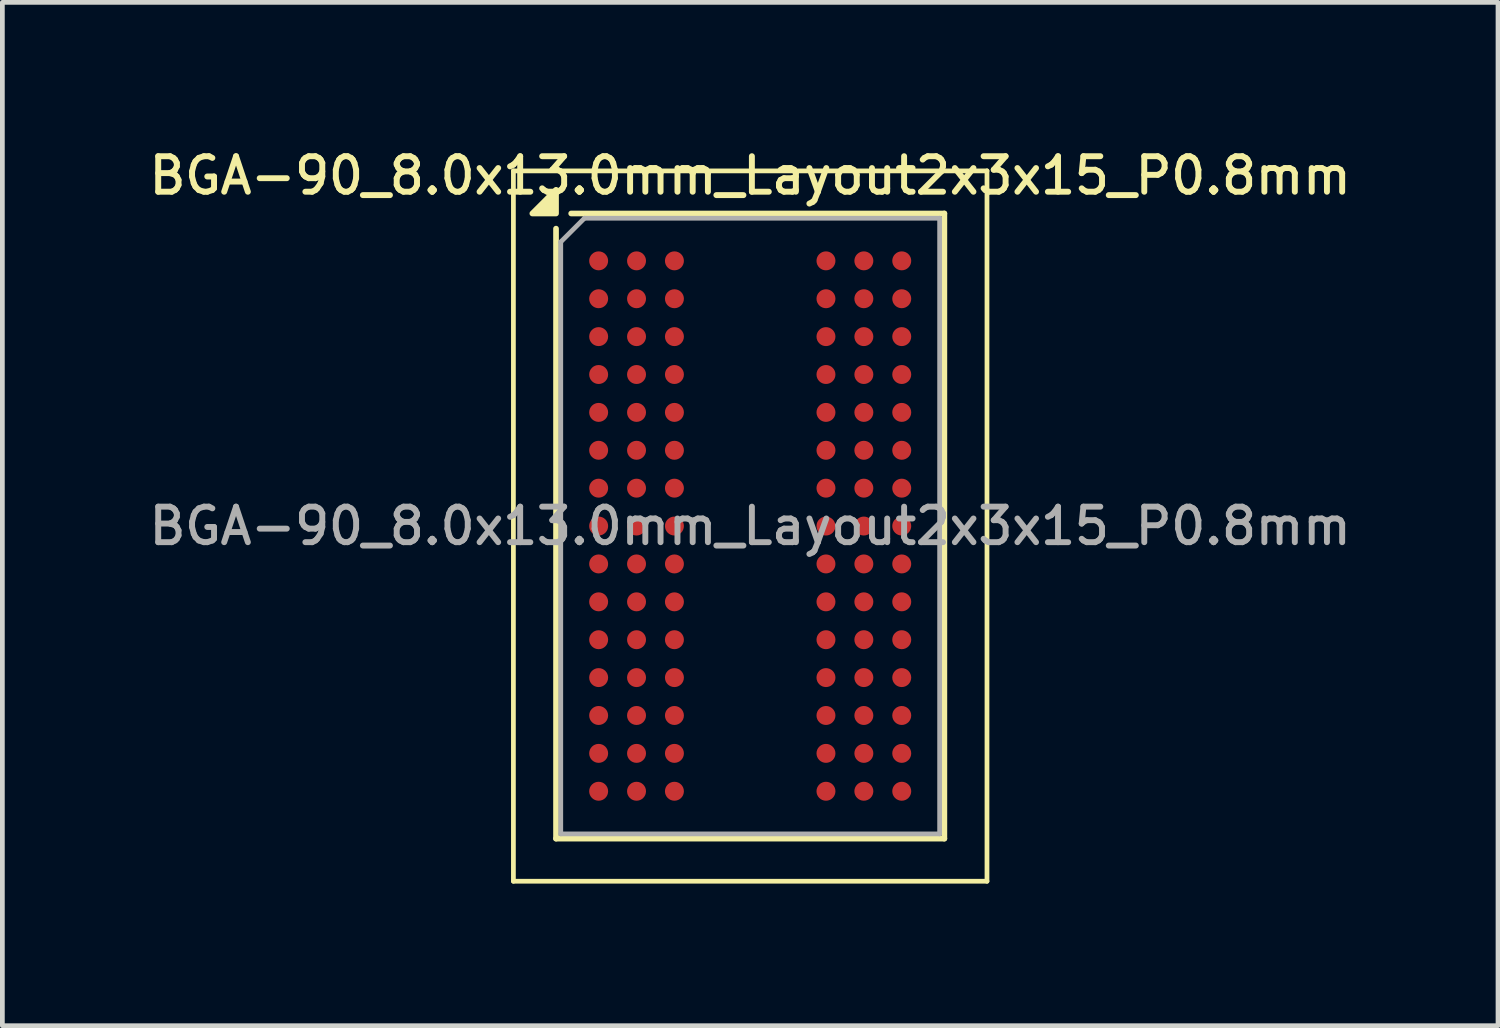
<source format=kicad_pcb>
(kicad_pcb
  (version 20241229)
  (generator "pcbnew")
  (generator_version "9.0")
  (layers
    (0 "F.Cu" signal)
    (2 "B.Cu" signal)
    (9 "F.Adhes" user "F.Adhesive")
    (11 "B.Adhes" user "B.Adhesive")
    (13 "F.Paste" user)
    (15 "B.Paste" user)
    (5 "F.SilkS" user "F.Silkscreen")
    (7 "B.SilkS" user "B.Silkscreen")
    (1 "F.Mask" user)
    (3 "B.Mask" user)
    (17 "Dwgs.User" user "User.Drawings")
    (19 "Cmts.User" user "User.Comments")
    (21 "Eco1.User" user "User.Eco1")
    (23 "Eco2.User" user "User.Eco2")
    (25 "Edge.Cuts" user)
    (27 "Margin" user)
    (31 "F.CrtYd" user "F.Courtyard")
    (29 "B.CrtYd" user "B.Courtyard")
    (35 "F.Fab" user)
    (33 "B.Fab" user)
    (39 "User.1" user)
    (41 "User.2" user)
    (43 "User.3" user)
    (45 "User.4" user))
  (footprint "BGA-90_8.0x13.0mm_Layout2x3x15_P0.8mm"
    (layer "F.Cu")
    (at 12.791 8.058)
    (property "Reference" "BGA-90_8.0x13.0mm_Layout2x3x15_P0.8mm" (at 0 -7.4 0) (layer "F.SilkS") (effects (font (size 0.75 0.75) (thickness 0.125))))
    (attr smd)
    (fp_line (start -5 -7.5) (end -5 7.5) (stroke (width 0.1) (type solid)) (layer "F.SilkS"))
    (fp_line (start -5 -7.5) (end 5 -7.5) (stroke (width 0.1) (type solid)) (layer "F.SilkS"))
    (fp_line (start -4.1 -6.28) (end -4.1 6.6) (stroke (width 0.12) (type solid)) (layer "F.SilkS"))
    (fp_line (start -4.1 6.6) (end 4.1 6.6) (stroke (width 0.12) (type solid)) (layer "F.SilkS"))
    (fp_line (start 4.1 -6.6) (end -3.78 -6.6) (stroke (width 0.12) (type solid)) (layer "F.SilkS"))
    (fp_line (start 4.1 6.6) (end 4.1 -6.6) (stroke (width 0.12) (type solid)) (layer "F.SilkS"))
    (fp_line (start 5 7.5) (end -5 7.5) (stroke (width 0.1) (type solid)) (layer "F.SilkS"))
    (fp_line (start 5 7.5) (end 5 -7.5) (stroke (width 0.1) (type solid)) (layer "F.SilkS"))
    (fp_poly (pts (xy -4.1 -6.6) (xy -4.6 -6.6) (xy -4.1 -7.1) (xy -4.1 -6.6)) (stroke (width 0.12) (type solid)) (fill yes) (layer "F.SilkS"))
    (fp_line (start -4 -6) (end -4 6.5) (stroke (width 0.1) (type solid)) (layer "F.Fab"))
    (fp_line (start -4 6.5) (end 4 6.5) (stroke (width 0.1) (type solid)) (layer "F.Fab"))
    (fp_line (start -3.5 -6.5) (end -4 -6) (stroke (width 0.1) (type solid)) (layer "F.Fab"))
    (fp_line (start 4 -6.5) (end -3.5 -6.5) (stroke (width 0.1) (type solid)) (layer "F.Fab"))
    (fp_line (start 4 6.5) (end 4 -6.5) (stroke (width 0.1) (type solid)) (layer "F.Fab"))
    (fp_text user "${REFERENCE}" (at 0 0 0) (layer "F.Fab") (effects (font (size 0.75 0.75) (thickness 0.125))))
    (pad "A1" smd circle (at -3.2 -5.6) (size 0.4 0.4) (property pad_prop_bga) (layers "F.Cu" "F.Mask" "F.Paste"))
    (pad "A2" smd circle (at -2.4 -5.6) (size 0.4 0.4) (property pad_prop_bga) (layers "F.Cu" "F.Mask" "F.Paste"))
    (pad "A3" smd circle (at -1.6 -5.6) (size 0.4 0.4) (property pad_prop_bga) (layers "F.Cu" "F.Mask" "F.Paste"))
    (pad "A7" smd circle (at 1.6 -5.6) (size 0.4 0.4) (property pad_prop_bga) (layers "F.Cu" "F.Mask" "F.Paste"))
    (pad "A8" smd circle (at 2.4 -5.6) (size 0.4 0.4) (property pad_prop_bga) (layers "F.Cu" "F.Mask" "F.Paste"))
    (pad "A9" smd circle (at 3.2 -5.6) (size 0.4 0.4) (property pad_prop_bga) (layers "F.Cu" "F.Mask" "F.Paste"))
    (pad "B1" smd circle (at -3.2 -4.8) (size 0.4 0.4) (property pad_prop_bga) (layers "F.Cu" "F.Mask" "F.Paste"))
    (pad "B2" smd circle (at -2.4 -4.8) (size 0.4 0.4) (property pad_prop_bga) (layers "F.Cu" "F.Mask" "F.Paste"))
    (pad "B3" smd circle (at -1.6 -4.8) (size 0.4 0.4) (property pad_prop_bga) (layers "F.Cu" "F.Mask" "F.Paste"))
    (pad "B7" smd circle (at 1.6 -4.8) (size 0.4 0.4) (property pad_prop_bga) (layers "F.Cu" "F.Mask" "F.Paste"))
    (pad "B8" smd circle (at 2.4 -4.8) (size 0.4 0.4) (property pad_prop_bga) (layers "F.Cu" "F.Mask" "F.Paste"))
    (pad "B9" smd circle (at 3.2 -4.8) (size 0.4 0.4) (property pad_prop_bga) (layers "F.Cu" "F.Mask" "F.Paste"))
    (pad "C1" smd circle (at -3.2 -4) (size 0.4 0.4) (property pad_prop_bga) (layers "F.Cu" "F.Mask" "F.Paste"))
    (pad "C2" smd circle (at -2.4 -4) (size 0.4 0.4) (property pad_prop_bga) (layers "F.Cu" "F.Mask" "F.Paste"))
    (pad "C3" smd circle (at -1.6 -4) (size 0.4 0.4) (property pad_prop_bga) (layers "F.Cu" "F.Mask" "F.Paste"))
    (pad "C7" smd circle (at 1.6 -4) (size 0.4 0.4) (property pad_prop_bga) (layers "F.Cu" "F.Mask" "F.Paste"))
    (pad "C8" smd circle (at 2.4 -4) (size 0.4 0.4) (property pad_prop_bga) (layers "F.Cu" "F.Mask" "F.Paste"))
    (pad "C9" smd circle (at 3.2 -4) (size 0.4 0.4) (property pad_prop_bga) (layers "F.Cu" "F.Mask" "F.Paste"))
    (pad "D1" smd circle (at -3.2 -3.2) (size 0.4 0.4) (property pad_prop_bga) (layers "F.Cu" "F.Mask" "F.Paste"))
    (pad "D2" smd circle (at -2.4 -3.2) (size 0.4 0.4) (property pad_prop_bga) (layers "F.Cu" "F.Mask" "F.Paste"))
    (pad "D3" smd circle (at -1.6 -3.2) (size 0.4 0.4) (property pad_prop_bga) (layers "F.Cu" "F.Mask" "F.Paste"))
    (pad "D7" smd circle (at 1.6 -3.2) (size 0.4 0.4) (property pad_prop_bga) (layers "F.Cu" "F.Mask" "F.Paste"))
    (pad "D8" smd circle (at 2.4 -3.2) (size 0.4 0.4) (property pad_prop_bga) (layers "F.Cu" "F.Mask" "F.Paste"))
    (pad "D9" smd circle (at 3.2 -3.2) (size 0.4 0.4) (property pad_prop_bga) (layers "F.Cu" "F.Mask" "F.Paste"))
    (pad "E1" smd circle (at -3.2 -2.4) (size 0.4 0.4) (property pad_prop_bga) (layers "F.Cu" "F.Mask" "F.Paste"))
    (pad "E2" smd circle (at -2.4 -2.4) (size 0.4 0.4) (property pad_prop_bga) (layers "F.Cu" "F.Mask" "F.Paste"))
    (pad "E3" smd circle (at -1.6 -2.4) (size 0.4 0.4) (property pad_prop_bga) (layers "F.Cu" "F.Mask" "F.Paste"))
    (pad "E7" smd circle (at 1.6 -2.4) (size 0.4 0.4) (property pad_prop_bga) (layers "F.Cu" "F.Mask" "F.Paste"))
    (pad "E8" smd circle (at 2.4 -2.4) (size 0.4 0.4) (property pad_prop_bga) (layers "F.Cu" "F.Mask" "F.Paste"))
    (pad "E9" smd circle (at 3.2 -2.4) (size 0.4 0.4) (property pad_prop_bga) (layers "F.Cu" "F.Mask" "F.Paste"))
    (pad "F1" smd circle (at -3.2 -1.6) (size 0.4 0.4) (property pad_prop_bga) (layers "F.Cu" "F.Mask" "F.Paste"))
    (pad "F2" smd circle (at -2.4 -1.6) (size 0.4 0.4) (property pad_prop_bga) (layers "F.Cu" "F.Mask" "F.Paste"))
    (pad "F3" smd circle (at -1.6 -1.6) (size 0.4 0.4) (property pad_prop_bga) (layers "F.Cu" "F.Mask" "F.Paste"))
    (pad "F7" smd circle (at 1.6 -1.6) (size 0.4 0.4) (property pad_prop_bga) (layers "F.Cu" "F.Mask" "F.Paste"))
    (pad "F8" smd circle (at 2.4 -1.6) (size 0.4 0.4) (property pad_prop_bga) (layers "F.Cu" "F.Mask" "F.Paste"))
    (pad "F9" smd circle (at 3.2 -1.6) (size 0.4 0.4) (property pad_prop_bga) (layers "F.Cu" "F.Mask" "F.Paste"))
    (pad "G1" smd circle (at -3.2 -0.8) (size 0.4 0.4) (property pad_prop_bga) (layers "F.Cu" "F.Mask" "F.Paste"))
    (pad "G2" smd circle (at -2.4 -0.8) (size 0.4 0.4) (property pad_prop_bga) (layers "F.Cu" "F.Mask" "F.Paste"))
    (pad "G3" smd circle (at -1.6 -0.8) (size 0.4 0.4) (property pad_prop_bga) (layers "F.Cu" "F.Mask" "F.Paste"))
    (pad "G7" smd circle (at 1.6 -0.8) (size 0.4 0.4) (property pad_prop_bga) (layers "F.Cu" "F.Mask" "F.Paste"))
    (pad "G8" smd circle (at 2.4 -0.8) (size 0.4 0.4) (property pad_prop_bga) (layers "F.Cu" "F.Mask" "F.Paste"))
    (pad "G9" smd circle (at 3.2 -0.8) (size 0.4 0.4) (property pad_prop_bga) (layers "F.Cu" "F.Mask" "F.Paste"))
    (pad "H1" smd circle (at -3.2 0) (size 0.4 0.4) (property pad_prop_bga) (layers "F.Cu" "F.Mask" "F.Paste"))
    (pad "H2" smd circle (at -2.4 0) (size 0.4 0.4) (property pad_prop_bga) (layers "F.Cu" "F.Mask" "F.Paste"))
    (pad "H3" smd circle (at -1.6 0) (size 0.4 0.4) (property pad_prop_bga) (layers "F.Cu" "F.Mask" "F.Paste"))
    (pad "H7" smd circle (at 1.6 0) (size 0.4 0.4) (property pad_prop_bga) (layers "F.Cu" "F.Mask" "F.Paste"))
    (pad "H8" smd circle (at 2.4 0) (size 0.4 0.4) (property pad_prop_bga) (layers "F.Cu" "F.Mask" "F.Paste"))
    (pad "H9" smd circle (at 3.2 0) (size 0.4 0.4) (property pad_prop_bga) (layers "F.Cu" "F.Mask" "F.Paste"))
    (pad "J1" smd circle (at -3.2 0.8) (size 0.4 0.4) (property pad_prop_bga) (layers "F.Cu" "F.Mask" "F.Paste"))
    (pad "J2" smd circle (at -2.4 0.8) (size 0.4 0.4) (property pad_prop_bga) (layers "F.Cu" "F.Mask" "F.Paste"))
    (pad "J3" smd circle (at -1.6 0.8) (size 0.4 0.4) (property pad_prop_bga) (layers "F.Cu" "F.Mask" "F.Paste"))
    (pad "J7" smd circle (at 1.6 0.8) (size 0.4 0.4) (property pad_prop_bga) (layers "F.Cu" "F.Mask" "F.Paste"))
    (pad "J8" smd circle (at 2.4 0.8) (size 0.4 0.4) (property pad_prop_bga) (layers "F.Cu" "F.Mask" "F.Paste"))
    (pad "J9" smd circle (at 3.2 0.8) (size 0.4 0.4) (property pad_prop_bga) (layers "F.Cu" "F.Mask" "F.Paste"))
    (pad "K1" smd circle (at -3.2 1.6) (size 0.4 0.4) (property pad_prop_bga) (layers "F.Cu" "F.Mask" "F.Paste"))
    (pad "K2" smd circle (at -2.4 1.6) (size 0.4 0.4) (property pad_prop_bga) (layers "F.Cu" "F.Mask" "F.Paste"))
    (pad "K3" smd circle (at -1.6 1.6) (size 0.4 0.4) (property pad_prop_bga) (layers "F.Cu" "F.Mask" "F.Paste"))
    (pad "K7" smd circle (at 1.6 1.6) (size 0.4 0.4) (property pad_prop_bga) (layers "F.Cu" "F.Mask" "F.Paste"))
    (pad "K8" smd circle (at 2.4 1.6) (size 0.4 0.4) (property pad_prop_bga) (layers "F.Cu" "F.Mask" "F.Paste"))
    (pad "K9" smd circle (at 3.2 1.6) (size 0.4 0.4) (property pad_prop_bga) (layers "F.Cu" "F.Mask" "F.Paste"))
    (pad "L1" smd circle (at -3.2 2.4) (size 0.4 0.4) (property pad_prop_bga) (layers "F.Cu" "F.Mask" "F.Paste"))
    (pad "L2" smd circle (at -2.4 2.4) (size 0.4 0.4) (property pad_prop_bga) (layers "F.Cu" "F.Mask" "F.Paste"))
    (pad "L3" smd circle (at -1.6 2.4) (size 0.4 0.4) (property pad_prop_bga) (layers "F.Cu" "F.Mask" "F.Paste"))
    (pad "L7" smd circle (at 1.6 2.4) (size 0.4 0.4) (property pad_prop_bga) (layers "F.Cu" "F.Mask" "F.Paste"))
    (pad "L8" smd circle (at 2.4 2.4) (size 0.4 0.4) (property pad_prop_bga) (layers "F.Cu" "F.Mask" "F.Paste"))
    (pad "L9" smd circle (at 3.2 2.4) (size 0.4 0.4) (property pad_prop_bga) (layers "F.Cu" "F.Mask" "F.Paste"))
    (pad "M1" smd circle (at -3.2 3.2) (size 0.4 0.4) (property pad_prop_bga) (layers "F.Cu" "F.Mask" "F.Paste"))
    (pad "M2" smd circle (at -2.4 3.2) (size 0.4 0.4) (property pad_prop_bga) (layers "F.Cu" "F.Mask" "F.Paste"))
    (pad "M3" smd circle (at -1.6 3.2) (size 0.4 0.4) (property pad_prop_bga) (layers "F.Cu" "F.Mask" "F.Paste"))
    (pad "M7" smd circle (at 1.6 3.2) (size 0.4 0.4) (property pad_prop_bga) (layers "F.Cu" "F.Mask" "F.Paste"))
    (pad "M8" smd circle (at 2.4 3.2) (size 0.4 0.4) (property pad_prop_bga) (layers "F.Cu" "F.Mask" "F.Paste"))
    (pad "M9" smd circle (at 3.2 3.2) (size 0.4 0.4) (property pad_prop_bga) (layers "F.Cu" "F.Mask" "F.Paste"))
    (pad "N1" smd circle (at -3.2 4) (size 0.4 0.4) (property pad_prop_bga) (layers "F.Cu" "F.Mask" "F.Paste"))
    (pad "N2" smd circle (at -2.4 4) (size 0.4 0.4) (property pad_prop_bga) (layers "F.Cu" "F.Mask" "F.Paste"))
    (pad "N3" smd circle (at -1.6 4) (size 0.4 0.4) (property pad_prop_bga) (layers "F.Cu" "F.Mask" "F.Paste"))
    (pad "N7" smd circle (at 1.6 4) (size 0.4 0.4) (property pad_prop_bga) (layers "F.Cu" "F.Mask" "F.Paste"))
    (pad "N8" smd circle (at 2.4 4) (size 0.4 0.4) (property pad_prop_bga) (layers "F.Cu" "F.Mask" "F.Paste"))
    (pad "N9" smd circle (at 3.2 4) (size 0.4 0.4) (property pad_prop_bga) (layers "F.Cu" "F.Mask" "F.Paste"))
    (pad "P1" smd circle (at -3.2 4.8) (size 0.4 0.4) (property pad_prop_bga) (layers "F.Cu" "F.Mask" "F.Paste"))
    (pad "P2" smd circle (at -2.4 4.8) (size 0.4 0.4) (property pad_prop_bga) (layers "F.Cu" "F.Mask" "F.Paste"))
    (pad "P3" smd circle (at -1.6 4.8) (size 0.4 0.4) (property pad_prop_bga) (layers "F.Cu" "F.Mask" "F.Paste"))
    (pad "P7" smd circle (at 1.6 4.8) (size 0.4 0.4) (property pad_prop_bga) (layers "F.Cu" "F.Mask" "F.Paste"))
    (pad "P8" smd circle (at 2.4 4.8) (size 0.4 0.4) (property pad_prop_bga) (layers "F.Cu" "F.Mask" "F.Paste"))
    (pad "P9" smd circle (at 3.2 4.8) (size 0.4 0.4) (property pad_prop_bga) (layers "F.Cu" "F.Mask" "F.Paste"))
    (pad "R1" smd circle (at -3.2 5.6) (size 0.4 0.4) (property pad_prop_bga) (layers "F.Cu" "F.Mask" "F.Paste"))
    (pad "R2" smd circle (at -2.4 5.6) (size 0.4 0.4) (property pad_prop_bga) (layers "F.Cu" "F.Mask" "F.Paste"))
    (pad "R3" smd circle (at -1.6 5.6) (size 0.4 0.4) (property pad_prop_bga) (layers "F.Cu" "F.Mask" "F.Paste"))
    (pad "R7" smd circle (at 1.6 5.6) (size 0.4 0.4) (property pad_prop_bga) (layers "F.Cu" "F.Mask" "F.Paste"))
    (pad "R8" smd circle (at 2.4 5.6) (size 0.4 0.4) (property pad_prop_bga) (layers "F.Cu" "F.Mask" "F.Paste"))
    (pad "R9" smd circle (at 3.2 5.6) (size 0.4 0.4) (property pad_prop_bga) (layers "F.Cu" "F.Mask" "F.Paste")))
  (gr_rect
    (start -3 -3)
    (end 28.582 18.608)
    (stroke (width 0.1) (type default))
    (fill no)
    (layer "Edge.Cuts")))
</source>
